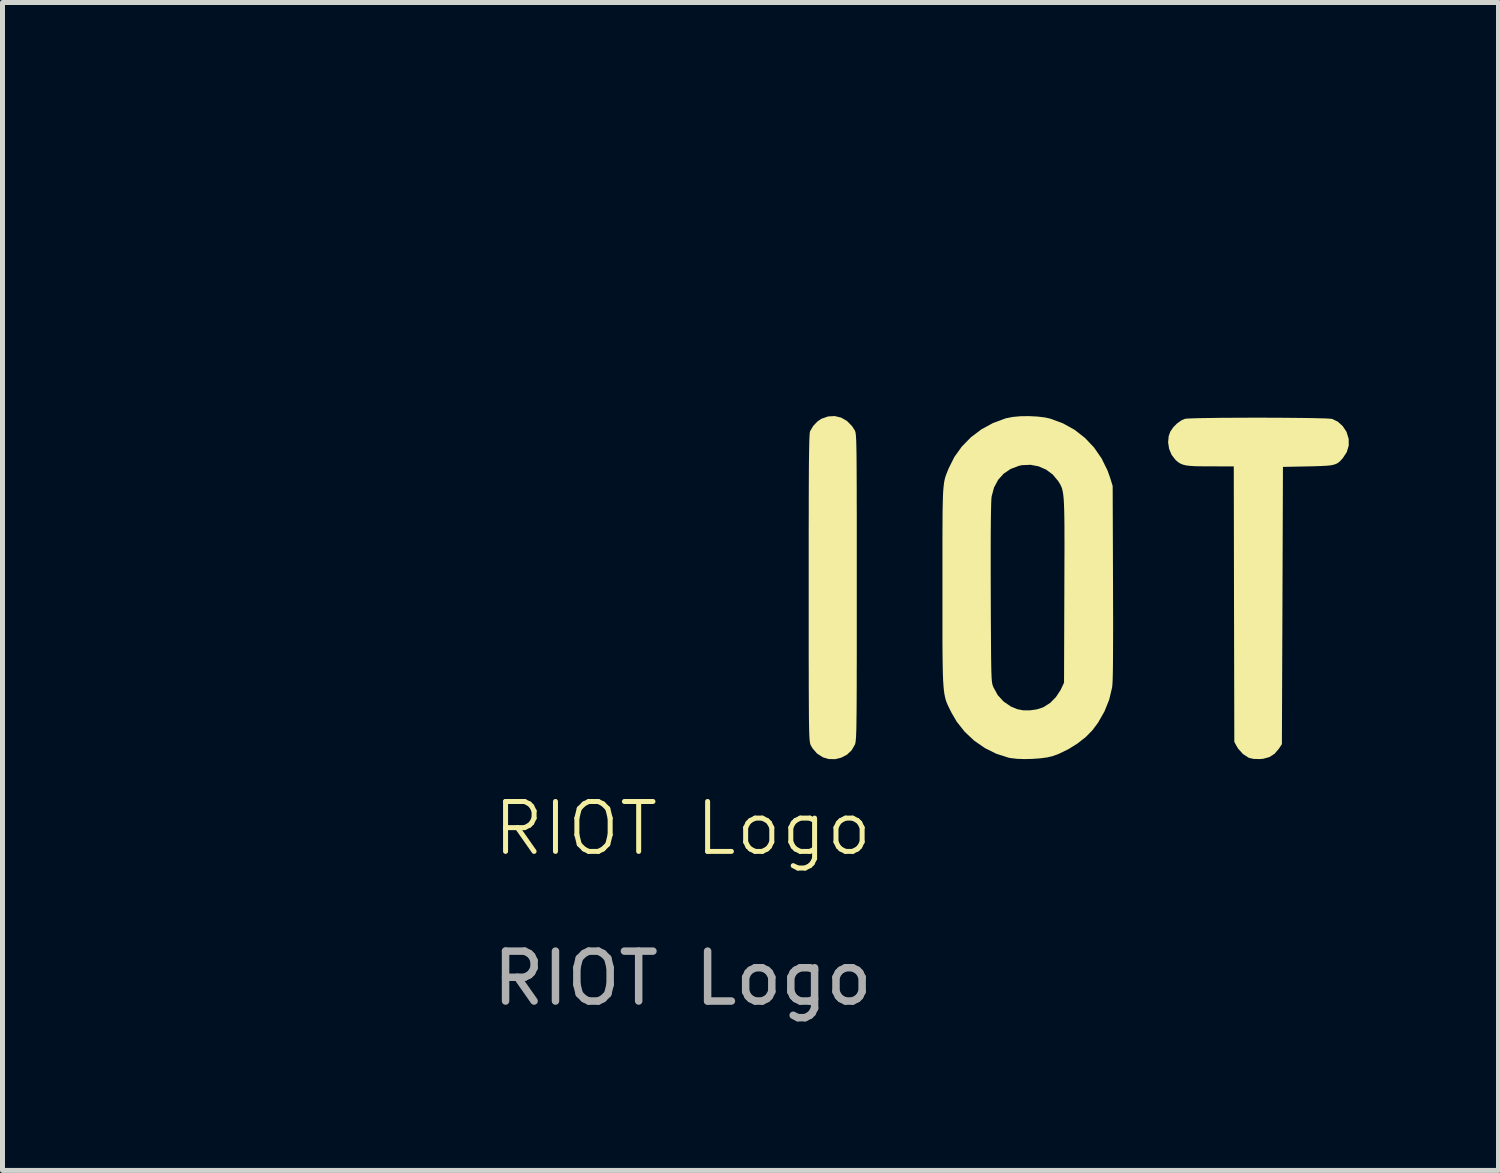
<source format=kicad_pcb>
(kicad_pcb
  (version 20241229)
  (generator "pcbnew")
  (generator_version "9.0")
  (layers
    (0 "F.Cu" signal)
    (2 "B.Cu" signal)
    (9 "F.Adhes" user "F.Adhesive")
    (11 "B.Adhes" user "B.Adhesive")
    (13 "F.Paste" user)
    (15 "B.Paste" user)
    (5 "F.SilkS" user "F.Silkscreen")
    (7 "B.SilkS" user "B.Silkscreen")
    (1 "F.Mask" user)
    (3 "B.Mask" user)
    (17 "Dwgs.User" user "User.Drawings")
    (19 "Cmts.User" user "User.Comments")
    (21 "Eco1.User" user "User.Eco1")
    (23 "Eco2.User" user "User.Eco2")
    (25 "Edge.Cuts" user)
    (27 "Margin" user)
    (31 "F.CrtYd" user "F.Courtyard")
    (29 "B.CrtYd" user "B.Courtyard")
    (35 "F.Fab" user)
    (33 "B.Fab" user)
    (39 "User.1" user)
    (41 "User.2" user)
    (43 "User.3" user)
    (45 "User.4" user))
  (footprint "RIOT Logo"
    (layer "F.Cu")
    (at 10.625 14.048)
    (property "Reference" "RIOT Logo" (at 0 -0.5 0) (unlocked yes) (layer "F.SilkS") (effects (font (size 1 1) (thickness 0.1))))
    (attr smd)
    (fp_poly (pts (xy -1.828 -5.907) (xy -1.687 -5.863) (xy -1.562 -5.789) (xy -1.477 -5.707) (xy -1.453 -5.672) (xy -1.409 -5.605) (xy -1.347 -5.509) (xy -1.27 -5.387) (xy -1.18 -5.243) (xy -1.078 -5.081) (xy -0.967 -4.902) (xy -0.849 -4.712) (xy -0.726 -4.514) (xy -0.601 -4.311) (xy -0.475 -4.106) (xy -0.35 -3.904) (xy -0.23 -3.707) (xy -0.115 -3.519) (xy -0.008 -3.344) (xy 0.089 -3.185) (xy 0.173 -3.045) (xy 0.243 -2.928) (xy 0.296 -2.837) (xy 0.331 -2.777) (xy 0.343 -2.753) (xy 0.382 -2.624) (xy 0.392 -2.477) (xy 0.376 -2.327) (xy 0.332 -2.188) (xy 0.329 -2.181) (xy 0.25 -2.05) (xy 0.143 -1.933) (xy 0.019 -1.841) (xy -0.039 -1.81) (xy -0.122 -1.784) (xy -0.229 -1.766) (xy -0.344 -1.758) (xy -0.451 -1.759) (xy -0.535 -1.771) (xy -0.541 -1.773) (xy -0.642 -1.817) (xy -0.748 -1.882) (xy -0.843 -1.958) (xy -0.907 -2.027) (xy -0.928 -2.061) (xy -0.967 -2.129) (xy -1.022 -2.228) (xy -1.092 -2.356) (xy -1.175 -2.509) (xy -1.27 -2.684) (xy -1.374 -2.879) (xy -1.486 -3.089) (xy -1.605 -3.313) (xy -1.729 -3.546) (xy -1.766 -3.616) (xy -2.554 -5.11) (xy -2.561 -5.275) (xy -2.564 -5.364) (xy -2.558 -5.43) (xy -2.542 -5.488) (xy -2.511 -5.558) (xy -2.502 -5.577) (xy -2.413 -5.713) (xy -2.298 -5.816) (xy -2.156 -5.886) (xy -2.123 -5.897) (xy -1.977 -5.919)) (stroke (width 0) (type solid)) (fill yes) (layer "F.Mask"))
    (fp_poly (pts (xy -1.941 -14.041) (xy -1.764 -14.028) (xy -1.613 -14.007) (xy -1.575 -14) (xy -1.234 -13.908) (xy -0.918 -13.784) (xy -0.625 -13.626) (xy -0.35 -13.431) (xy -0.096 -13.202) (xy 0.152 -12.924) (xy 0.365 -12.624) (xy 0.542 -12.303) (xy 0.682 -11.965) (xy 0.784 -11.613) (xy 0.846 -11.249) (xy 0.867 -10.877) (xy 0.867 -10.872) (xy 0.847 -10.504) (xy 0.785 -10.144) (xy 0.682 -9.794) (xy 0.539 -9.455) (xy 0.357 -9.127) (xy 0.135 -8.811) (xy -0.125 -8.509) (xy -0.423 -8.222) (xy -0.477 -8.175) (xy -0.821 -7.906) (xy -1.19 -7.663) (xy -1.578 -7.45) (xy -1.978 -7.272) (xy -2.381 -7.132) (xy -2.382 -7.131) (xy -2.583 -7.084) (xy -2.759 -7.069) (xy -2.916 -7.087) (xy -3.057 -7.14) (xy -3.186 -7.226) (xy -3.244 -7.279) (xy -3.354 -7.417) (xy -3.426 -7.569) (xy -3.459 -7.73) (xy -3.453 -7.896) (xy -3.408 -8.062) (xy -3.323 -8.224) (xy -3.315 -8.237) (xy -3.255 -8.308) (xy -3.18 -8.37) (xy -3.081 -8.428) (xy -2.954 -8.483) (xy -2.792 -8.54) (xy -2.782 -8.544) (xy -2.451 -8.666) (xy -2.137 -8.814) (xy -1.841 -8.985) (xy -1.568 -9.175) (xy -1.322 -9.381) (xy -1.106 -9.602) (xy -0.925 -9.833) (xy -0.781 -10.072) (xy -0.763 -10.108) (xy -0.685 -10.289) (xy -0.632 -10.458) (xy -0.601 -10.633) (xy -0.59 -10.827) (xy -0.589 -10.882) (xy -0.608 -11.166) (xy -0.664 -11.431) (xy -0.758 -11.677) (xy -0.891 -11.906) (xy -1.063 -12.12) (xy -1.174 -12.232) (xy -1.364 -12.381) (xy -1.572 -12.494) (xy -1.795 -12.57) (xy -2.031 -12.609) (xy -2.277 -12.611) (xy -2.529 -12.577) (xy -2.786 -12.506) (xy -3.044 -12.399) (xy -3.301 -12.255) (xy -3.362 -12.215) (xy -3.608 -12.025) (xy -3.82 -11.813) (xy -3.997 -11.579) (xy -4.138 -11.326) (xy -4.241 -11.056) (xy -4.306 -10.77) (xy -4.323 -10.622) (xy -4.33 -10.507) (xy -4.333 -10.352) (xy -4.335 -10.16) (xy -4.334 -9.934) (xy -4.33 -9.677) (xy -4.325 -9.39) (xy -4.317 -9.078) (xy -4.307 -8.742) (xy -4.295 -8.386) (xy -4.281 -8.012) (xy -4.265 -7.622) (xy -4.247 -7.22) (xy -4.228 -6.807) (xy -4.207 -6.388) (xy -4.203 -6.328) (xy -4.185 -5.963) (xy -4.171 -5.639) (xy -4.16 -5.352) (xy -4.153 -5.1) (xy -4.149 -4.88) (xy -4.149 -4.691) (xy -4.153 -4.531) (xy -4.16 -4.395) (xy -4.171 -4.284) (xy -4.172 -4.273) (xy -4.245 -3.855) (xy -4.352 -3.463) (xy -4.492 -3.096) (xy -4.665 -2.755) (xy -4.793 -2.551) (xy -4.886 -2.426) (xy -5.004 -2.288) (xy -5.137 -2.145) (xy -5.277 -2.007) (xy -5.416 -1.882) (xy -5.545 -1.777) (xy -5.615 -1.728) (xy -5.946 -1.535) (xy -6.29 -1.382) (xy -6.645 -1.269) (xy -7.009 -1.196) (xy -7.381 -1.165) (xy -7.757 -1.175) (xy -7.829 -1.182) (xy -8.183 -1.238) (xy -8.526 -1.331) (xy -8.853 -1.458) (xy -9.161 -1.617) (xy -9.446 -1.807) (xy -9.705 -2.024) (xy -9.935 -2.269) (xy -10.104 -2.494) (xy -10.276 -2.788) (xy -10.415 -3.106) (xy -10.52 -3.442) (xy -10.59 -3.793) (xy -10.625 -4.155) (xy -10.625 -4.523) (xy -10.587 -4.894) (xy -10.538 -5.161) (xy -10.479 -5.396) (xy -10.409 -5.613) (xy -10.323 -5.829) (xy -10.234 -6.021) (xy -10.041 -6.369) (xy -9.817 -6.689) (xy -9.564 -6.98) (xy -9.282 -7.241) (xy -8.972 -7.471) (xy -8.636 -7.669) (xy -8.275 -7.834) (xy -7.89 -7.966) (xy -7.482 -8.063) (xy -7.411 -8.077) (xy -7.29 -8.093) (xy -7.183 -8.1) (xy -7.111 -8.097) (xy -6.961 -8.059) (xy -6.832 -7.988) (xy -6.727 -7.892) (xy -6.646 -7.776) (xy -6.593 -7.646) (xy -6.571 -7.507) (xy -6.58 -7.366) (xy -6.623 -7.229) (xy -6.703 -7.1) (xy -6.719 -7.082) (xy -6.786 -7.013) (xy -6.853 -6.96) (xy -6.93 -6.919) (xy -7.027 -6.886) (xy -7.154 -6.855) (xy -7.197 -6.845) (xy -7.498 -6.773) (xy -7.764 -6.685) (xy -8.002 -6.579) (xy -8.22 -6.453) (xy -8.283 -6.41) (xy -8.526 -6.215) (xy -8.74 -5.993) (xy -8.923 -5.747) (xy -9.075 -5.483) (xy -9.194 -5.203) (xy -9.278 -4.912) (xy -9.326 -4.614) (xy -9.338 -4.312) (xy -9.311 -4.01) (xy -9.245 -3.713) (xy -9.217 -3.624) (xy -9.116 -3.387) (xy -8.986 -3.178) (xy -8.825 -2.996) (xy -8.631 -2.839) (xy -8.401 -2.705) (xy -8.401 -2.705) (xy -8.225 -2.626) (xy -8.06 -2.569) (xy -7.891 -2.532) (xy -7.708 -2.512) (xy -7.5 -2.506) (xy -7.335 -2.509) (xy -7.204 -2.517) (xy -7.099 -2.531) (xy -7.048 -2.542) (xy -6.768 -2.633) (xy -6.513 -2.757) (xy -6.285 -2.913) (xy -6.084 -3.102) (xy -5.911 -3.322) (xy -5.768 -3.572) (xy -5.687 -3.762) (xy -5.634 -3.917) (xy -5.593 -4.071) (xy -5.562 -4.237) (xy -5.538 -4.427) (xy -5.527 -4.548) (xy -5.522 -4.607) (xy -5.519 -4.667) (xy -5.517 -4.73) (xy -5.516 -4.8) (xy -5.517 -4.881) (xy -5.519 -4.977) (xy -5.523 -5.091) (xy -5.529 -5.225) (xy -5.538 -5.385) (xy -5.548 -5.574) (xy -5.56 -5.794) (xy -5.575 -6.05) (xy -5.591 -6.317) (xy -5.619 -6.814) (xy -5.646 -7.291) (xy -5.669 -7.746) (xy -5.69 -8.178) (xy -5.708 -8.585) (xy -5.723 -8.964) (xy -5.736 -9.315) (xy -5.745 -9.636) (xy -5.752 -9.924) (xy -5.755 -10.178) (xy -5.756 -10.396) (xy -5.753 -10.576) (xy -5.747 -10.717) (xy -5.742 -10.776) (xy -5.689 -11.15) (xy -5.602 -11.5) (xy -5.479 -11.833) (xy -5.319 -12.152) (xy -5.173 -12.389) (xy -4.933 -12.706) (xy -4.661 -12.998) (xy -4.358 -13.261) (xy -4.026 -13.496) (xy -3.814 -13.621) (xy -3.603 -13.726) (xy -3.363 -13.823) (xy -3.108 -13.908) (xy -2.852 -13.977) (xy -2.639 -14.02) (xy -2.491 -14.037) (xy -2.318 -14.046) (xy -2.13 -14.048)) (stroke (width 0) (type solid)) (fill yes) (layer "F.Mask"))
    (fp_poly (pts (xy 11.621 -8.731) (xy 11.84 -8.73) (xy 12.053 -8.729) (xy 12.256 -8.727) (xy 12.444 -8.725) (xy 12.613 -8.723) (xy 12.757 -8.719) (xy 12.874 -8.716) (xy 12.959 -8.711) (xy 13.006 -8.707) (xy 13.012 -8.705) (xy 13.123 -8.652) (xy 13.22 -8.565) (xy 13.294 -8.455) (xy 13.299 -8.445) (xy 13.342 -8.307) (xy 13.343 -8.171) (xy 13.303 -8.04) (xy 13.227 -7.924) (xy 13.186 -7.877) (xy 13.148 -7.841) (xy 13.107 -7.813) (xy 13.057 -7.793) (xy 12.994 -7.778) (xy 12.909 -7.769) (xy 12.799 -7.763) (xy 12.657 -7.758) (xy 12.523 -7.755) (xy 12.025 -7.745) (xy 12.015 -4.968) (xy 12.004 -2.191) (xy 11.946 -2.103) (xy 11.859 -2) (xy 11.756 -1.933) (xy 11.631 -1.898) (xy 11.561 -1.892) (xy 11.437 -1.895) (xy 11.346 -1.916) (xy 11.337 -1.92) (xy 11.224 -1.993) (xy 11.129 -2.099) (xy 11.097 -2.152) (xy 11.051 -2.237) (xy 11.045 -4.996) (xy 11.04 -7.755) (xy 10.569 -7.756) (xy 10.397 -7.757) (xy 10.263 -7.759) (xy 10.158 -7.766) (xy 10.077 -7.776) (xy 10.014 -7.793) (xy 9.964 -7.815) (xy 9.918 -7.846) (xy 9.873 -7.886) (xy 9.872 -7.887) (xy 9.795 -7.986) (xy 9.745 -8.106) (xy 9.725 -8.235) (xy 9.736 -8.361) (xy 9.768 -8.451) (xy 9.827 -8.538) (xy 9.907 -8.618) (xy 9.994 -8.679) (xy 10.059 -8.707) (xy 10.098 -8.712) (xy 10.174 -8.716) (xy 10.284 -8.72) (xy 10.423 -8.723) (xy 10.587 -8.725) (xy 10.77 -8.728) (xy 10.97 -8.729) (xy 11.181 -8.73) (xy 11.4 -8.731)) (stroke (width 0) (type solid)) (fill yes) (layer "F.SilkS"))
    (fp_poly (pts (xy 3.176 -8.732) (xy 3.293 -8.664) (xy 3.394 -8.561) (xy 3.449 -8.475) (xy 3.454 -8.464) (xy 3.459 -8.45) (xy 3.463 -8.431) (xy 3.467 -8.405) (xy 3.471 -8.369) (xy 3.474 -8.323) (xy 3.477 -8.264) (xy 3.479 -8.189) (xy 3.481 -8.096) (xy 3.483 -7.985) (xy 3.484 -7.851) (xy 3.485 -7.695) (xy 3.486 -7.512) (xy 3.487 -7.302) (xy 3.487 -7.061) (xy 3.488 -6.789) (xy 3.488 -6.483) (xy 3.488 -6.14) (xy 3.488 -5.759) (xy 3.488 -5.34) (xy 3.488 -4.919) (xy 3.488 -4.538) (xy 3.488 -4.195) (xy 3.488 -3.889) (xy 3.487 -3.616) (xy 3.487 -3.375) (xy 3.486 -3.164) (xy 3.485 -2.981) (xy 3.484 -2.823) (xy 3.482 -2.689) (xy 3.481 -2.576) (xy 3.479 -2.482) (xy 3.476 -2.406) (xy 3.474 -2.344) (xy 3.47 -2.296) (xy 3.467 -2.259) (xy 3.463 -2.23) (xy 3.459 -2.208) (xy 3.454 -2.19) (xy 3.449 -2.179) (xy 3.385 -2.068) (xy 3.293 -1.981) (xy 3.179 -1.921) (xy 3.054 -1.89) (xy 2.924 -1.893) (xy 2.81 -1.927) (xy 2.691 -2.004) (xy 2.598 -2.112) (xy 2.564 -2.173) (xy 2.559 -2.186) (xy 2.554 -2.202) (xy 2.55 -2.223) (xy 2.546 -2.252) (xy 2.542 -2.289) (xy 2.539 -2.338) (xy 2.536 -2.4) (xy 2.534 -2.478) (xy 2.532 -2.574) (xy 2.53 -2.689) (xy 2.529 -2.826) (xy 2.528 -2.987) (xy 2.527 -3.173) (xy 2.526 -3.388) (xy 2.526 -3.633) (xy 2.525 -3.91) (xy 2.525 -4.221) (xy 2.525 -4.569) (xy 2.525 -4.955) (xy 2.525 -5.325) (xy 2.525 -5.757) (xy 2.525 -6.149) (xy 2.525 -6.503) (xy 2.526 -6.82) (xy 2.526 -7.102) (xy 2.527 -7.351) (xy 2.528 -7.569) (xy 2.529 -7.758) (xy 2.531 -7.92) (xy 2.533 -8.056) (xy 2.535 -8.169) (xy 2.537 -8.261) (xy 2.54 -8.333) (xy 2.543 -8.387) (xy 2.546 -8.426) (xy 2.55 -8.45) (xy 2.553 -8.46) (xy 2.615 -8.565) (xy 2.701 -8.656) (xy 2.779 -8.709) (xy 2.914 -8.756) (xy 3.048 -8.763)) (stroke (width 0) (type solid)) (fill yes) (layer "F.SilkS"))
    (fp_poly (pts (xy 7.103 -8.754) (xy 7.256 -8.736) (xy 7.363 -8.712) (xy 7.617 -8.618) (xy 7.85 -8.489) (xy 8.058 -8.327) (xy 8.24 -8.135) (xy 8.392 -7.915) (xy 8.512 -7.671) (xy 8.566 -7.519) (xy 8.614 -7.363) (xy 8.621 -5.425) (xy 8.622 -5.058) (xy 8.623 -4.731) (xy 8.623 -4.443) (xy 8.622 -4.193) (xy 8.621 -3.977) (xy 8.62 -3.795) (xy 8.618 -3.645) (xy 8.615 -3.524) (xy 8.612 -3.432) (xy 8.607 -3.366) (xy 8.603 -3.328) (xy 8.545 -3.084) (xy 8.449 -2.845) (xy 8.32 -2.619) (xy 8.208 -2.469) (xy 8.073 -2.332) (xy 7.908 -2.203) (xy 7.723 -2.088) (xy 7.529 -1.994) (xy 7.407 -1.95) (xy 7.299 -1.925) (xy 7.162 -1.907) (xy 7.008 -1.896) (xy 6.851 -1.892) (xy 6.703 -1.897) (xy 6.577 -1.911) (xy 6.533 -1.919) (xy 6.287 -1.997) (xy 6.055 -2.112) (xy 5.841 -2.26) (xy 5.652 -2.437) (xy 5.491 -2.64) (xy 5.386 -2.82) (xy 5.357 -2.878) (xy 5.331 -2.93) (xy 5.308 -2.979) (xy 5.288 -3.027) (xy 5.27 -3.078) (xy 5.256 -3.134) (xy 5.243 -3.198) (xy 5.233 -3.272) (xy 5.225 -3.36) (xy 5.218 -3.464) (xy 5.213 -3.587) (xy 5.21 -3.733) (xy 5.207 -3.902) (xy 5.205 -4.1) (xy 5.204 -4.327) (xy 5.204 -4.588) (xy 5.204 -4.884) (xy 5.204 -5.219) (xy 5.204 -5.34) (xy 5.204 -5.681) (xy 5.204 -5.885) (xy 6.171 -5.885) (xy 6.171 -5.537) (xy 6.172 -5.223) (xy 6.173 -4.907) (xy 6.174 -4.631) (xy 6.176 -4.392) (xy 6.177 -4.187) (xy 6.178 -4.012) (xy 6.18 -3.866) (xy 6.182 -3.745) (xy 6.184 -3.646) (xy 6.187 -3.567) (xy 6.19 -3.505) (xy 6.194 -3.457) (xy 6.199 -3.421) (xy 6.204 -3.392) (xy 6.211 -3.369) (xy 6.218 -3.348) (xy 6.225 -3.332) (xy 6.311 -3.174) (xy 6.429 -3.045) (xy 6.575 -2.945) (xy 6.704 -2.891) (xy 6.821 -2.869) (xy 6.957 -2.868) (xy 7.095 -2.888) (xy 7.217 -2.927) (xy 7.23 -2.933) (xy 7.362 -3.017) (xy 7.478 -3.135) (xy 7.571 -3.276) (xy 7.584 -3.303) (xy 7.64 -3.423) (xy 7.646 -5.263) (xy 7.647 -5.598) (xy 7.648 -5.893) (xy 7.649 -6.152) (xy 7.648 -6.377) (xy 7.648 -6.57) (xy 7.646 -6.735) (xy 7.643 -6.874) (xy 7.639 -6.99) (xy 7.634 -7.086) (xy 7.627 -7.164) (xy 7.618 -7.228) (xy 7.608 -7.28) (xy 7.596 -7.323) (xy 7.581 -7.359) (xy 7.565 -7.392) (xy 7.545 -7.425) (xy 7.524 -7.459) (xy 7.521 -7.463) (xy 7.414 -7.592) (xy 7.282 -7.69) (xy 7.131 -7.756) (xy 6.969 -7.787) (xy 6.801 -7.78) (xy 6.738 -7.767) (xy 6.571 -7.704) (xy 6.431 -7.61) (xy 6.319 -7.485) (xy 6.238 -7.333) (xy 6.19 -7.155) (xy 6.189 -7.147) (xy 6.184 -7.093) (xy 6.18 -6.997) (xy 6.177 -6.858) (xy 6.174 -6.678) (xy 6.172 -6.455) (xy 6.171 -6.191) (xy 6.171 -5.885) (xy 5.204 -5.885) (xy 5.204 -5.982) (xy 5.204 -6.247) (xy 5.205 -6.477) (xy 5.206 -6.677) (xy 5.207 -6.848) (xy 5.21 -6.994) (xy 5.213 -7.117) (xy 5.217 -7.22) (xy 5.223 -7.306) (xy 5.23 -7.377) (xy 5.238 -7.438) (xy 5.248 -7.489) (xy 5.26 -7.535) (xy 5.274 -7.578) (xy 5.29 -7.62) (xy 5.309 -7.666) (xy 5.329 -7.716) (xy 5.329 -7.716) (xy 5.444 -7.946) (xy 5.594 -8.154) (xy 5.775 -8.339) (xy 5.983 -8.496) (xy 6.215 -8.623) (xy 6.466 -8.716) (xy 6.486 -8.721) (xy 6.613 -8.746) (xy 6.767 -8.76) (xy 6.935 -8.762)) (stroke (width 0) (type solid)) (fill yes) (layer "F.SilkS"))
    (fp_text user "${REFERENCE}" (at 0 2.5 0) (unlocked yes) (layer "F.Fab") (effects (font (size 1 1) (thickness 0.15)))))
  (gr_rect
    (start -3 -3)
    (end 26.968 20.396)
    (stroke (width 0.1) (type default))
    (fill no)
    (layer "Edge.Cuts")))
</source>
